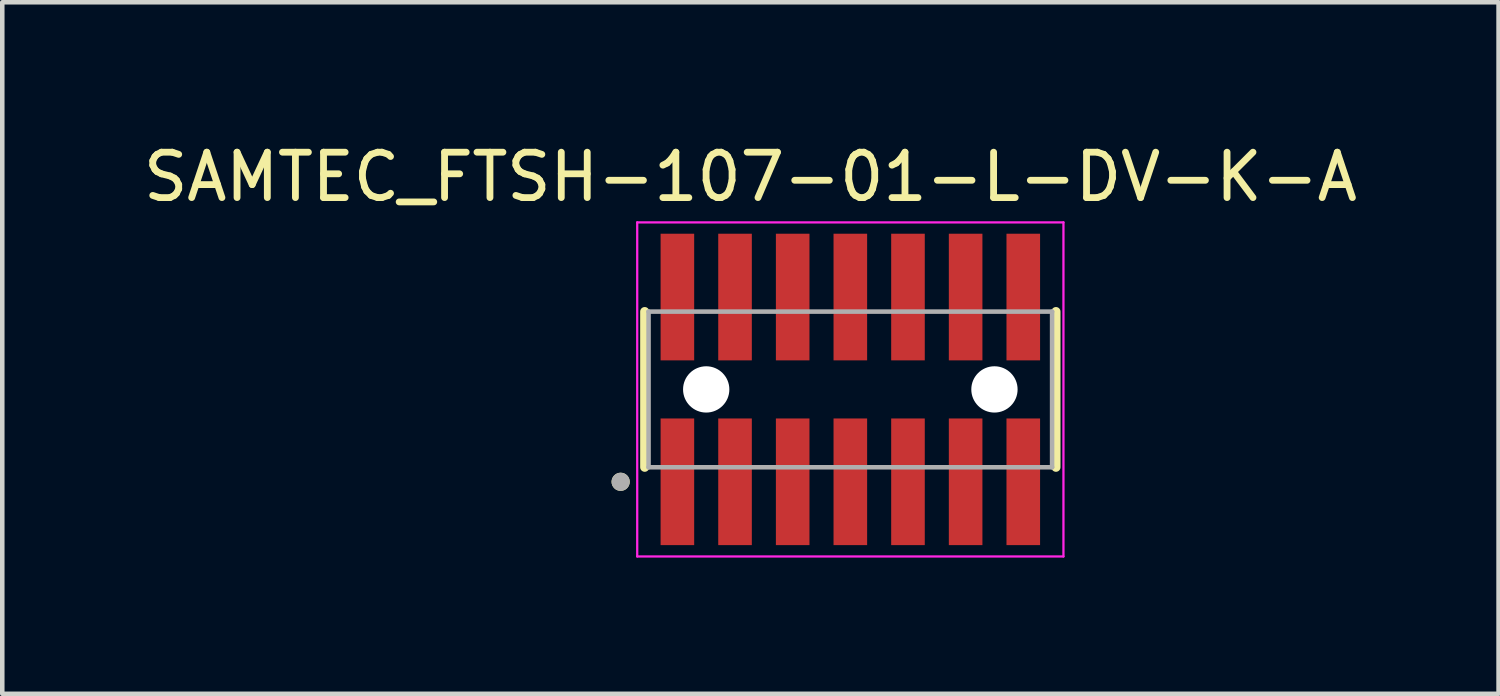
<source format=kicad_pcb>
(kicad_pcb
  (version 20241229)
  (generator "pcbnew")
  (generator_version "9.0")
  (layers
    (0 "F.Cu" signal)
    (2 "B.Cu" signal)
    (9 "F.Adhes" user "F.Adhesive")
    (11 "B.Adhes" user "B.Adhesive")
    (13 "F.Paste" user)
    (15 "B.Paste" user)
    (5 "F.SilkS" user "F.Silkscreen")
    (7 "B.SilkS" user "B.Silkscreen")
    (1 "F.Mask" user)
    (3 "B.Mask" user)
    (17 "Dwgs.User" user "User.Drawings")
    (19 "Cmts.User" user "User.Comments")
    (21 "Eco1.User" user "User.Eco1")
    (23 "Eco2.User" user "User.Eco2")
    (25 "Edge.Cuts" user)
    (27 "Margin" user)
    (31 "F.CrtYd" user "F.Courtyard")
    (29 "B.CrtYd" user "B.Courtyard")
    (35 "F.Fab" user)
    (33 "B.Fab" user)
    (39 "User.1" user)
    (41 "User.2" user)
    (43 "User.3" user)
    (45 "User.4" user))
  (footprint "SAMTEC_FTSH-107-01-L-DV-K-A"
    (layer "F.Cu")
    (at 15.683 5.529)
    (property "Reference" "SAMTEC_FTSH-107-01-L-DV-K-A" (at -2.201 -4.681 0) (layer "F.SilkS") (effects (font (size 1 1) (thickness 0.15))))
    (attr through_hole)
    (fp_circle (center -3.175 0) (end -2.614 0) (stroke (width 0) (type solid)) (fill yes) (layer "B.Mask"))
    (fp_circle (center 3.175 0) (end 3.736 0) (stroke (width 0) (type solid)) (fill yes) (layer "B.Mask"))
    (fp_line (start -4.53 -1.715) (end -4.53 1.715) (stroke (width 0.2) (type solid)) (layer "F.SilkS"))
    (fp_line (start 4.53 1.715) (end 4.53 -1.715) (stroke (width 0.2) (type solid)) (layer "F.SilkS"))
    (fp_circle (center -5.06 2.035) (end -4.96 2.035) (stroke (width 0.2) (type solid)) (fill no) (layer "F.SilkS"))
    (fp_poly (pts (xy -1.64 -3.427) (xy -0.9 -3.427) (xy -0.9 -0.637) (xy -1.64 -0.637)) (stroke (width 0.01) (type solid)) (fill yes) (layer "F.Paste"))
    (fp_poly (pts (xy -1.64 0.637) (xy -0.9 0.637) (xy -0.9 3.427) (xy -1.64 3.427)) (stroke (width 0.01) (type solid)) (fill yes) (layer "F.Paste"))
    (fp_poly (pts (xy -0.37 -3.427) (xy 0.37 -3.427) (xy 0.37 -0.637) (xy -0.37 -0.637)) (stroke (width 0.01) (type solid)) (fill yes) (layer "F.Paste"))
    (fp_poly (pts (xy -0.37 0.637) (xy 0.37 0.637) (xy 0.37 3.427) (xy -0.37 3.427)) (stroke (width 0.01) (type solid)) (fill yes) (layer "F.Paste"))
    (fp_poly (pts (xy 0.9 -3.427) (xy 1.64 -3.427) (xy 1.64 -0.637) (xy 0.9 -0.637)) (stroke (width 0.01) (type solid)) (fill yes) (layer "F.Paste"))
    (fp_poly (pts (xy 0.9 0.637) (xy 1.64 0.637) (xy 1.64 3.427) (xy 0.9 3.427)) (stroke (width 0.01) (type solid)) (fill yes) (layer "F.Paste"))
    (fp_poly (pts (xy 2.17 -3.427) (xy 2.91 -3.427) (xy 2.91 -0.637) (xy 2.17 -0.637)) (stroke (width 0.01) (type solid)) (fill yes) (layer "F.Paste"))
    (fp_poly (pts (xy 2.17 0.637) (xy 2.91 0.637) (xy 2.91 3.427) (xy 2.17 3.427)) (stroke (width 0.01) (type solid)) (fill yes) (layer "F.Paste"))
    (fp_poly (pts (xy 3.44 -3.427) (xy 4.18 -3.427) (xy 4.18 -0.637) (xy 3.44 -0.637)) (stroke (width 0.01) (type solid)) (fill yes) (layer "F.Paste"))
    (fp_poly (pts (xy 3.44 0.637) (xy 4.18 0.637) (xy 4.18 3.427) (xy 3.44 3.427)) (stroke (width 0.01) (type solid)) (fill yes) (layer "F.Paste"))
    (fp_line (start -4.695 -3.68) (end 4.695 -3.68) (stroke (width 0.05) (type solid)) (layer "F.CrtYd"))
    (fp_line (start -4.695 3.68) (end -4.695 -3.68) (stroke (width 0.05) (type solid)) (layer "F.CrtYd"))
    (fp_line (start 4.695 -3.68) (end 4.695 3.68) (stroke (width 0.05) (type solid)) (layer "F.CrtYd"))
    (fp_line (start 4.695 3.68) (end -4.695 3.68) (stroke (width 0.05) (type solid)) (layer "F.CrtYd"))
    (fp_line (start -4.445 1.715) (end -4.445 -1.715) (stroke (width 0.1) (type solid)) (layer "F.Fab"))
    (fp_line (start -4.445 1.715) (end 4.445 1.715) (stroke (width 0.1) (type solid)) (layer "F.Fab"))
    (fp_line (start 4.445 -1.715) (end -4.445 -1.715) (stroke (width 0.1) (type solid)) (layer "F.Fab"))
    (fp_line (start 4.445 1.715) (end 4.445 -1.715) (stroke (width 0.1) (type solid)) (layer "F.Fab"))
    (fp_circle (center -5.06 2.035) (end -4.96 2.035) (stroke (width 0.2) (type solid)) (fill no) (layer "F.Fab"))
    (pad "" np_thru_hole circle (at -3.175 0) (size 1.02 1.02) (drill 1.02) (layers "*.Cu" "*.Mask"))
    (pad "" np_thru_hole circle (at 3.175 0) (size 1.02 1.02) (drill 1.02) (layers "*.Cu" "*.Mask"))
    (pad "01" smd rect (at -3.81 2.035) (size 0.74 2.79) (layers "F.Cu" "F.Mask" "F.Paste"))
    (pad "02" smd rect (at -3.81 -2.035) (size 0.74 2.79) (layers "F.Cu" "F.Mask" "F.Paste"))
    (pad "03" smd rect (at -2.54 2.035) (size 0.74 2.79) (layers "F.Cu" "F.Mask" "F.Paste"))
    (pad "04" smd rect (at -2.54 -2.035) (size 0.74 2.79) (layers "F.Cu" "F.Mask" "F.Paste"))
    (pad "05" smd rect (at -1.27 2.035) (size 0.74 2.79) (layers "F.Cu" "F.Mask" "F.Paste"))
    (pad "06" smd rect (at -1.27 -2.035) (size 0.74 2.79) (layers "F.Cu" "F.Mask" "F.Paste"))
    (pad "07" smd rect (at 0 2.035) (size 0.74 2.79) (layers "F.Cu" "F.Mask" "F.Paste"))
    (pad "08" smd rect (at 0 -2.035) (size 0.74 2.79) (layers "F.Cu" "F.Mask" "F.Paste"))
    (pad "09" smd rect (at 1.27 2.035) (size 0.74 2.79) (layers "F.Cu" "F.Mask" "F.Paste"))
    (pad "10" smd rect (at 1.27 -2.035) (size 0.74 2.79) (layers "F.Cu" "F.Mask" "F.Paste"))
    (pad "11" smd rect (at 2.54 2.035) (size 0.74 2.79) (layers "F.Cu" "F.Mask" "F.Paste"))
    (pad "12" smd rect (at 2.54 -2.035) (size 0.74 2.79) (layers "F.Cu" "F.Mask" "F.Paste"))
    (pad "13" smd rect (at 3.81 2.035) (size 0.74 2.79) (layers "F.Cu" "F.Mask" "F.Paste"))
    (pad "14" smd rect (at 3.81 -2.035) (size 0.74 2.79) (layers "F.Cu" "F.Mask" "F.Paste")))
  (gr_rect
    (start -3 -3)
    (end 29.964 12.234)
    (stroke (width 0.1) (type default))
    (fill no)
    (layer "Edge.Cuts")))
</source>
